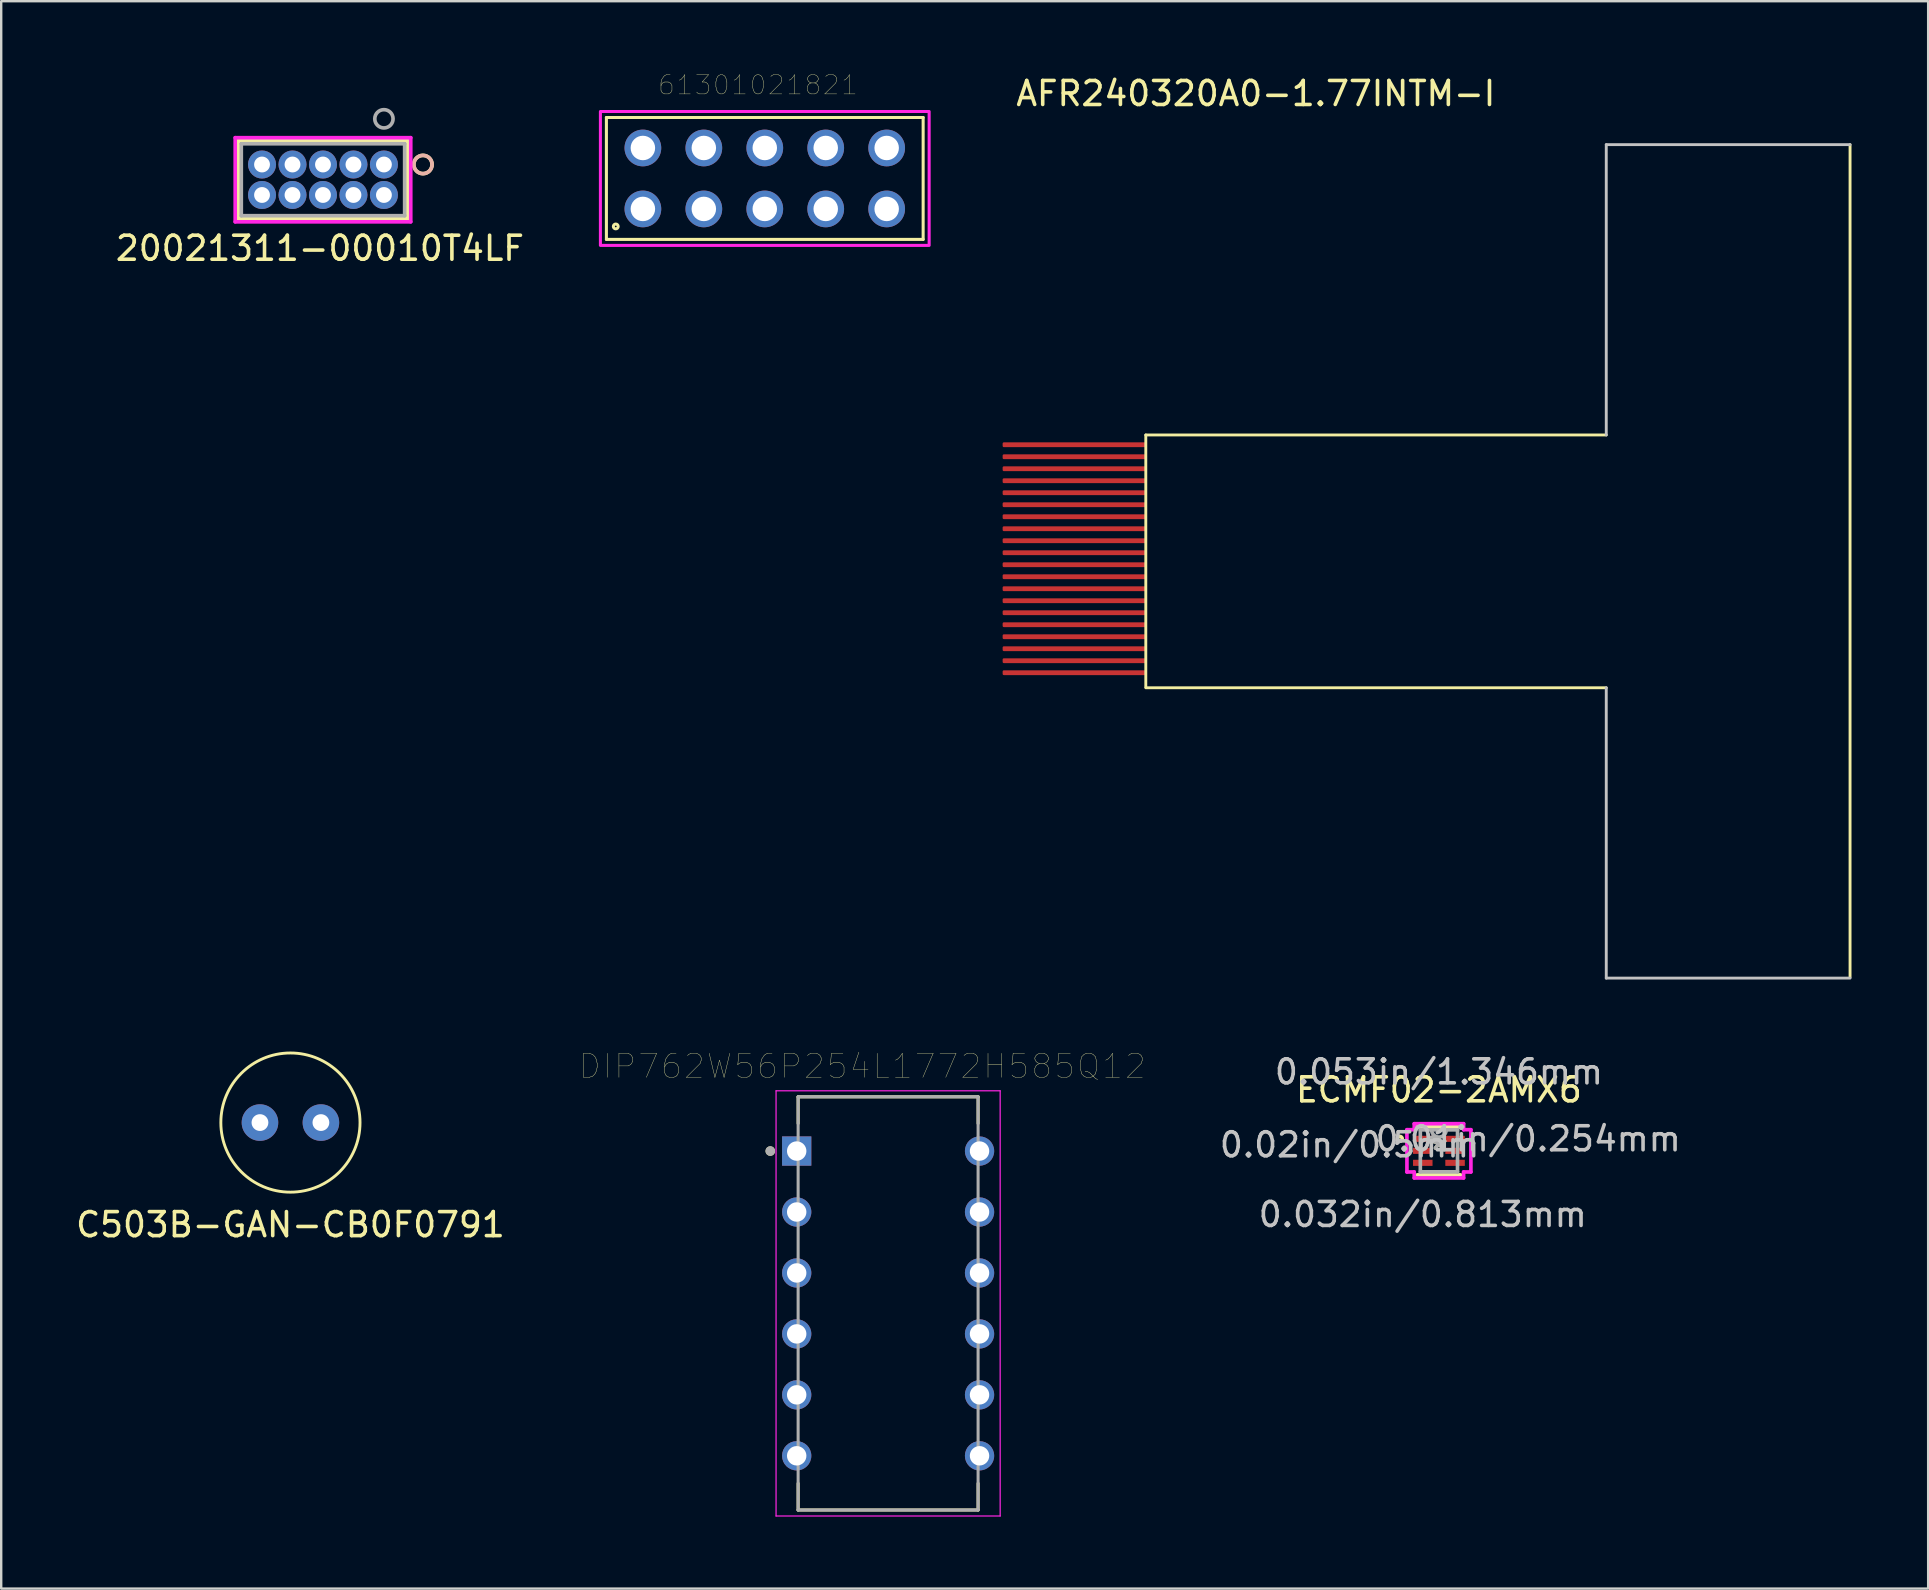
<source format=kicad_pcb>
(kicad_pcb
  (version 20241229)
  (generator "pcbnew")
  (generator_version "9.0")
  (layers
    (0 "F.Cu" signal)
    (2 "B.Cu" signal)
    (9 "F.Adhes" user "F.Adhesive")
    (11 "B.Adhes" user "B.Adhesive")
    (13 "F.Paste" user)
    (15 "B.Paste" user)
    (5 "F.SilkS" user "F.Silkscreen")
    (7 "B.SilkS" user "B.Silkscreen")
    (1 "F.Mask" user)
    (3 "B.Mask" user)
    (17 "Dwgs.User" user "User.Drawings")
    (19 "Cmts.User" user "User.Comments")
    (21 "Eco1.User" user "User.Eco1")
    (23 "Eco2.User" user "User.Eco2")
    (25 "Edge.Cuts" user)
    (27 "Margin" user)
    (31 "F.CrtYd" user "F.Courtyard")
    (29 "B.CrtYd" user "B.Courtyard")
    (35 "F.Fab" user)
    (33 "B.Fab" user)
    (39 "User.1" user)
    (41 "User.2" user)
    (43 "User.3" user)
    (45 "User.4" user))
  (footprint "20021311-00010T4LF"
    (layer "F.Cu")
    (at 0.25 0.25)
    (property "Reference" "20021311-00010T4LF" (at 10.033 7.048 0) (layer "F.SilkS") (effects (font (size 1 1) (thickness 0.15))))
    (attr through_hole)
    (fp_line (start 6.629 2.565) (end 6.629 5.817) (stroke (width 0.152) (type solid)) (layer "F.SilkS"))
    (fp_line (start 6.629 5.817) (end 13.691 5.817) (stroke (width 0.152) (type solid)) (layer "F.SilkS"))
    (fp_line (start 13.691 2.565) (end 6.629 2.565) (stroke (width 0.152) (type solid)) (layer "F.SilkS"))
    (fp_line (start 13.691 5.817) (end 13.691 2.565) (stroke (width 0.152) (type solid)) (layer "F.SilkS"))
    (fp_circle (center 14.326 3.556) (end 14.707 3.556) (stroke (width 0.152) (type solid)) (fill no) (layer "F.SilkS"))
    (fp_circle (center 14.326 3.556) (end 14.707 3.556) (stroke (width 0.152) (type solid)) (fill no) (layer "B.SilkS"))
    (fp_line (start 6.502 2.438) (end 6.502 5.944) (stroke (width 0.152) (type solid)) (layer "F.CrtYd"))
    (fp_line (start 6.502 5.944) (end 13.818 5.944) (stroke (width 0.152) (type solid)) (layer "F.CrtYd"))
    (fp_line (start 13.818 2.438) (end 6.502 2.438) (stroke (width 0.152) (type solid)) (layer "F.CrtYd"))
    (fp_line (start 13.818 5.944) (end 13.818 2.438) (stroke (width 0.152) (type solid)) (layer "F.CrtYd"))
    (fp_line (start 6.756 2.692) (end 6.756 5.69) (stroke (width 0.152) (type solid)) (layer "F.Fab"))
    (fp_line (start 6.756 5.69) (end 13.564 5.69) (stroke (width 0.152) (type solid)) (layer "F.Fab"))
    (fp_line (start 13.564 2.692) (end 6.756 2.692) (stroke (width 0.152) (type solid)) (layer "F.Fab"))
    (fp_line (start 13.564 5.69) (end 13.564 2.692) (stroke (width 0.152) (type solid)) (layer "F.Fab"))
    (fp_circle (center 12.7 1.651) (end 13.081 1.651) (stroke (width 0.152) (type solid)) (fill no) (layer "F.Fab"))
    (pad "1" thru_hole circle (at 12.7 3.556) (size 1.168 1.168) (drill 0.66) (layers "*.Cu" "*.Mask"))
    (pad "2" thru_hole circle (at 12.7 4.826) (size 1.168 1.168) (drill 0.66) (layers "*.Cu" "*.Mask"))
    (pad "3" thru_hole circle (at 11.43 3.556) (size 1.168 1.168) (drill 0.66) (layers "*.Cu" "*.Mask"))
    (pad "4" thru_hole circle (at 11.43 4.826) (size 1.168 1.168) (drill 0.66) (layers "*.Cu" "*.Mask"))
    (pad "5" thru_hole circle (at 10.16 3.556) (size 1.168 1.168) (drill 0.66) (layers "*.Cu" "*.Mask"))
    (pad "6" thru_hole circle (at 10.16 4.826) (size 1.168 1.168) (drill 0.66) (layers "*.Cu" "*.Mask"))
    (pad "7" thru_hole circle (at 8.89 3.556) (size 1.168 1.168) (drill 0.66) (layers "*.Cu" "*.Mask"))
    (pad "8" thru_hole circle (at 8.89 4.826) (size 1.168 1.168) (drill 0.66) (layers "*.Cu" "*.Mask"))
    (pad "9" thru_hole circle (at 7.62 3.556) (size 1.168 1.168) (drill 0.66) (layers "*.Cu" "*.Mask"))
    (pad "10" thru_hole circle (at 7.62 4.826) (size 1.168 1.168) (drill 0.66) (layers "*.Cu" "*.Mask")))
  (footprint "61301021821"
    (layer "F.Cu")
    (at 28.822 4.387)
    (property "Reference" "61301021821" (at -0.283 -3.893 0) (layer "F.SilkS") (effects (font (size 0.801 0.801) (thickness 0.015))))
    (attr through_hole)
    (fp_line (start -6.6 -2.54) (end -6.6 2.54) (stroke (width 0.127) (type solid)) (layer "F.SilkS"))
    (fp_line (start -6.6 2.54) (end 6.6 2.54) (stroke (width 0.127) (type solid)) (layer "F.SilkS"))
    (fp_line (start 6.6 -2.54) (end -6.6 -2.54) (stroke (width 0.127) (type solid)) (layer "F.SilkS"))
    (fp_line (start 6.6 2.54) (end 6.6 -2.54) (stroke (width 0.127) (type solid)) (layer "F.SilkS"))
    (fp_circle (center -6.21 2) (end -6.11 2) (stroke (width 0.127) (type solid)) (fill no) (layer "F.SilkS"))
    (fp_poly (pts (xy -6.85 -2.79) (xy 6.85 -2.79) (xy 6.85 2.79) (xy -6.85 2.79)) (stroke (width 0.127) (type solid)) (fill no) (layer "F.CrtYd"))
    (pad "1" thru_hole circle (at -5.08 1.27) (size 1.53 1.53) (drill 1.02) (layers "*.Cu" "*.Mask"))
    (pad "2" thru_hole circle (at -5.08 -1.27) (size 1.53 1.53) (drill 1.02) (layers "*.Cu" "*.Mask"))
    (pad "3" thru_hole circle (at -2.54 1.27) (size 1.53 1.53) (drill 1.02) (layers "*.Cu" "*.Mask"))
    (pad "4" thru_hole circle (at -2.54 -1.27) (size 1.53 1.53) (drill 1.02) (layers "*.Cu" "*.Mask"))
    (pad "5" thru_hole circle (at 0 1.27) (size 1.53 1.53) (drill 1.02) (layers "*.Cu" "*.Mask"))
    (pad "6" thru_hole circle (at 0 -1.27) (size 1.53 1.53) (drill 1.02) (layers "*.Cu" "*.Mask"))
    (pad "7" thru_hole circle (at 2.54 1.27) (size 1.53 1.53) (drill 1.02) (layers "*.Cu" "*.Mask"))
    (pad "8" thru_hole circle (at 2.54 -1.27) (size 1.53 1.53) (drill 1.02) (layers "*.Cu" "*.Mask"))
    (pad "9" thru_hole circle (at 5.08 1.27) (size 1.53 1.53) (drill 1.02) (layers "*.Cu" "*.Mask"))
    (pad "10" thru_hole circle (at 5.08 -1.27) (size 1.53 1.53) (drill 1.02) (layers "*.Cu" "*.Mask")))
  (footprint "ECMF02-2AMX6"
    (layer "F.Cu")
    (at 56.917 44.911)
    (property "Reference" "ECMF02-2AMX6" (at 0 -2.54 0) (layer "F.SilkS") (effects (font (size 1 1) (thickness 0.15))))
    (attr through_hole)
    (fp_line (start -0.902 1.003) (end 0.902 1.003) (stroke (width 0.152) (type solid)) (layer "F.SilkS"))
    (fp_line (start 0.902 -1.003) (end -0.902 -1.003) (stroke (width 0.152) (type solid)) (layer "F.SilkS"))
    (fp_circle (center -1.63 -0.5) (end -1.529 -0.5) (stroke (width 0.152) (type solid)) (fill no) (layer "F.SilkS"))
    (fp_line (start -1.333 -0.881) (end -1.029 -0.881) (stroke (width 0.152) (type solid)) (layer "F.CrtYd"))
    (fp_line (start -1.333 0.881) (end -1.333 -0.881) (stroke (width 0.152) (type solid)) (layer "F.CrtYd"))
    (fp_line (start -1.029 -1.13) (end 1.029 -1.13) (stroke (width 0.152) (type solid)) (layer "F.CrtYd"))
    (fp_line (start -1.029 -0.881) (end -1.029 -1.13) (stroke (width 0.152) (type solid)) (layer "F.CrtYd"))
    (fp_line (start -1.029 0.881) (end -1.333 0.881) (stroke (width 0.152) (type solid)) (layer "F.CrtYd"))
    (fp_line (start -1.029 1.13) (end -1.029 0.881) (stroke (width 0.152) (type solid)) (layer "F.CrtYd"))
    (fp_line (start 1.029 -1.13) (end 1.029 -0.881) (stroke (width 0.152) (type solid)) (layer "F.CrtYd"))
    (fp_line (start 1.029 -0.881) (end 1.333 -0.881) (stroke (width 0.152) (type solid)) (layer "F.CrtYd"))
    (fp_line (start 1.029 0.881) (end 1.029 1.13) (stroke (width 0.152) (type solid)) (layer "F.CrtYd"))
    (fp_line (start 1.029 1.13) (end -1.029 1.13) (stroke (width 0.152) (type solid)) (layer "F.CrtYd"))
    (fp_line (start 1.333 -0.881) (end 1.333 0.881) (stroke (width 0.152) (type solid)) (layer "F.CrtYd"))
    (fp_line (start 1.333 0.881) (end 1.029 0.881) (stroke (width 0.152) (type solid)) (layer "F.CrtYd"))
    (fp_line (start -0.775 -0.876) (end -0.775 0.876) (stroke (width 0.152) (type solid)) (layer "F.Fab"))
    (fp_line (start -0.775 0.876) (end 0.775 0.876) (stroke (width 0.152) (type solid)) (layer "F.Fab"))
    (fp_line (start 0.775 -0.876) (end -0.775 -0.876) (stroke (width 0.152) (type solid)) (layer "F.Fab"))
    (fp_line (start 0.775 0.876) (end 0.775 -0.876) (stroke (width 0.152) (type solid)) (layer "F.Fab"))
    (fp_arc (start 0.3048 -0.8763) (mid 0 -0.5715) (end -0.3048 -0.8763) (stroke (width 0.1524) (type solid)) (layer "F.Fab"))
    (fp_circle (center -0.267 -0.5) (end -0.191 -0.5) (stroke (width 0.152) (type solid)) (fill no) (layer "F.Fab"))
    (fp_text user "*" (at 0 0 0) (layer "F.SilkS") (effects (font (size 1 1) (thickness 0.15))))
    (fp_text user "0.01in/0.254mm" (at 3.721 -0.5 0) (layer "Dwgs.User") (effects (font (size 1 1) (thickness 0.15))))
    (fp_text user "0.02in/0.5mm" (at -3.721 -0.25 0) (layer "Dwgs.User") (effects (font (size 1 1) (thickness 0.15))))
    (fp_text user "0.053in/1.346mm" (at 0 -3.289 0) (layer "Dwgs.User") (effects (font (size 1 1) (thickness 0.15))))
    (fp_text user "0.032in/0.813mm" (at -0.673 2.654 0) (layer "Dwgs.User") (effects (font (size 1 1) (thickness 0.15))))
    (fp_text user "Copyright 2016 Accelerated Designs. All rights reserved." (at 0 0 0) (layer "Cmts.User") (effects (font (size 0.127 0.127) (thickness 0.002))))
    (fp_text user "*" (at 0 0 0) (layer "F.Fab") (effects (font (size 1 1) (thickness 0.15))))
    (pad "1" smd rect (at -0.673 -0.5) (size 0.813 0.254) (layers "F.Cu" "F.Mask" "F.Paste"))
    (pad "2" smd rect (at -0.673 0) (size 0.813 0.254) (layers "F.Cu" "F.Mask" "F.Paste"))
    (pad "3" smd rect (at -0.673 0.5) (size 0.813 0.254) (layers "F.Cu" "F.Mask" "F.Paste"))
    (pad "4" smd rect (at 0.673 0.5) (size 0.813 0.254) (layers "F.Cu" "F.Mask" "F.Paste"))
    (pad "5" smd rect (at 0.673 0) (size 0.813 0.254) (layers "F.Cu" "F.Mask" "F.Paste"))
    (pad "6" smd rect (at 0.673 -0.5) (size 0.813 0.254) (layers "F.Cu" "F.Mask" "F.Paste")))
  (footprint "AFR240320A0-1.77INTM-I"
    (layer "F.Cu")
    (at 74.056 2.977)
    (property "Reference" "AFR240320A0-1.77INTM-I" (at -24.77 -2.129 180) (layer "F.SilkS") (effects (font (size 1 1) (thickness 0.15))))
    (attr through_hole)
    (fp_line (start -29.355 22.601) (end -29.355 12.101) (stroke (width 0.12) (type solid)) (layer "F.SilkS"))
    (fp_line (start -10.165 12.101) (end -29.355 12.101) (stroke (width 0.12) (type solid)) (layer "F.SilkS"))
    (fp_line (start -10.165 22.636) (end -29.355 22.636) (stroke (width 0.12) (type solid)) (layer "F.SilkS"))
    (fp_line (start -0.005 34.701) (end -0.005 0.001) (stroke (width 0.12) (type solid)) (layer "F.SilkS"))
    (fp_line (start -10.165 0.001) (end -10.165 12.101) (stroke (width 0.12) (type solid)) (layer "Dwgs.User"))
    (fp_line (start -10.165 22.636) (end -10.165 34.736) (stroke (width 0.12) (type solid)) (layer "Dwgs.User"))
    (fp_line (start -0.005 0.001) (end -10.165 0.001) (stroke (width 0.12) (type solid)) (layer "Dwgs.User"))
    (fp_line (start -0.005 34.736) (end -10.165 34.736) (stroke (width 0.12) (type solid)) (layer "Dwgs.User"))
    (pad "1" smd roundrect (at -32.321 12.508) (size 6 0.2) (layers "F.Cu" "F.Mask" "F.Paste") (roundrect_rratio 0.25))
    (pad "2" smd roundrect (at -32.321 13.008) (size 6 0.2) (layers "F.Cu" "F.Mask" "F.Paste") (roundrect_rratio 0.25))
    (pad "3" smd roundrect (at -32.321 13.508) (size 6 0.2) (layers "F.Cu" "F.Mask" "F.Paste") (roundrect_rratio 0.25))
    (pad "4" smd roundrect (at -32.321 14.008) (size 6 0.2) (layers "F.Cu" "F.Mask" "F.Paste") (roundrect_rratio 0.25))
    (pad "5" smd roundrect (at -32.321 14.508) (size 6 0.2) (layers "F.Cu" "F.Mask" "F.Paste") (roundrect_rratio 0.25))
    (pad "6" smd roundrect (at -32.321 15.008) (size 6 0.2) (layers "F.Cu" "F.Mask" "F.Paste") (roundrect_rratio 0.25))
    (pad "7" smd roundrect (at -32.321 15.508) (size 6 0.2) (layers "F.Cu" "F.Mask" "F.Paste") (roundrect_rratio 0.25))
    (pad "8" smd roundrect (at -32.321 16.008) (size 6 0.2) (layers "F.Cu" "F.Mask" "F.Paste") (roundrect_rratio 0.25))
    (pad "9" smd roundrect (at -32.321 16.508) (size 6 0.2) (layers "F.Cu" "F.Mask" "F.Paste") (roundrect_rratio 0.25))
    (pad "10" smd roundrect (at -32.321 17.008) (size 6 0.2) (layers "F.Cu" "F.Mask" "F.Paste") (roundrect_rratio 0.25))
    (pad "11" smd roundrect (at -32.321 17.508) (size 6 0.2) (layers "F.Cu" "F.Mask" "F.Paste") (roundrect_rratio 0.25))
    (pad "12" smd roundrect (at -32.321 18.008) (size 6 0.2) (layers "F.Cu" "F.Mask" "F.Paste") (roundrect_rratio 0.25))
    (pad "13" smd roundrect (at -32.321 18.508) (size 6 0.2) (layers "F.Cu" "F.Mask" "F.Paste") (roundrect_rratio 0.25))
    (pad "14" smd roundrect (at -32.321 19.008) (size 6 0.2) (layers "F.Cu" "F.Mask" "F.Paste") (roundrect_rratio 0.25))
    (pad "15" smd roundrect (at -32.321 19.508) (size 6 0.2) (layers "F.Cu" "F.Mask" "F.Paste") (roundrect_rratio 0.25))
    (pad "16" smd roundrect (at -32.321 20.008) (size 6 0.2) (layers "F.Cu" "F.Mask" "F.Paste") (roundrect_rratio 0.25))
    (pad "17" smd roundrect (at -32.321 20.508) (size 6 0.2) (layers "F.Cu" "F.Mask" "F.Paste") (roundrect_rratio 0.25))
    (pad "18" smd roundrect (at -32.321 21.008) (size 6 0.2) (layers "F.Cu" "F.Mask" "F.Paste") (roundrect_rratio 0.25))
    (pad "19" smd roundrect (at -32.321 21.508) (size 6 0.2) (layers "F.Cu" "F.Mask" "F.Paste") (roundrect_rratio 0.25))
    (pad "20" smd roundrect (at -32.321 22.008) (size 6 0.2) (layers "F.Cu" "F.Mask" "F.Paste") (roundrect_rratio 0.25)))
  (footprint "C503B-GAN-CB0F0791"
    (layer "F.Cu")
    (at 9.054 43.733)
    (property "Reference" "C503B-GAN-CB0F0791" (at 0 4.255 0) (layer "F.SilkS") (effects (font (size 1 1) (thickness 0.15))))
    (attr through_hole)
    (fp_circle (center 0 0) (end 2.9 0) (stroke (width 0.12) (type solid)) (fill no) (layer "F.SilkS"))
    (pad "1" thru_hole circle (at -1.27 0) (size 1.524 1.524) (drill 0.7) (layers "*.Cu" "*.Mask"))
    (pad "2" thru_hole circle (at 1.27 0) (size 1.524 1.524) (drill 0.7) (layers "*.Cu" "*.Mask")))
  (footprint "DIP762W56P254L1772H585Q12"
    (layer "F.Cu")
    (at 33.962 51.27)
    (property "Reference" "DIP762W56P254L1772H585Q12" (at -1.075 -9.885 0) (layer "F.SilkS") (effects (font (size 1 1) (thickness 0.015))))
    (attr through_hole)
    (fp_line (start -3.75 -8.61) (end -3.75 -7.5) (stroke (width 0.127) (type solid)) (layer "F.SilkS"))
    (fp_line (start -3.75 -8.61) (end 3.75 -8.61) (stroke (width 0.127) (type solid)) (layer "F.SilkS"))
    (fp_line (start -3.75 8.61) (end -3.75 7.5) (stroke (width 0.127) (type solid)) (layer "F.SilkS"))
    (fp_line (start -3.75 8.61) (end 3.75 8.61) (stroke (width 0.127) (type solid)) (layer "F.SilkS"))
    (fp_line (start 3.75 -8.61) (end 3.75 -7.5) (stroke (width 0.127) (type solid)) (layer "F.SilkS"))
    (fp_line (start 3.75 8.61) (end 3.75 7.5) (stroke (width 0.127) (type solid)) (layer "F.SilkS"))
    (fp_circle (center -4.91 -6.35) (end -4.81 -6.35) (stroke (width 0.2) (type solid)) (fill no) (layer "F.SilkS"))
    (fp_line (start -4.67 -8.86) (end -4.67 8.86) (stroke (width 0.05) (type solid)) (layer "F.CrtYd"))
    (fp_line (start 4.67 -8.86) (end -4.67 -8.86) (stroke (width 0.05) (type solid)) (layer "F.CrtYd"))
    (fp_line (start 4.67 -8.86) (end 4.67 8.86) (stroke (width 0.05) (type solid)) (layer "F.CrtYd"))
    (fp_line (start 4.67 8.86) (end -4.67 8.86) (stroke (width 0.05) (type solid)) (layer "F.CrtYd"))
    (fp_line (start -3.75 -8.61) (end -3.75 8.61) (stroke (width 0.127) (type solid)) (layer "F.Fab"))
    (fp_line (start -3.75 -8.61) (end 3.75 -8.61) (stroke (width 0.127) (type solid)) (layer "F.Fab"))
    (fp_line (start -3.75 8.61) (end 3.75 8.61) (stroke (width 0.127) (type solid)) (layer "F.Fab"))
    (fp_line (start 3.75 -8.61) (end 3.75 8.61) (stroke (width 0.127) (type solid)) (layer "F.Fab"))
    (fp_circle (center -4.91 -6.35) (end -4.81 -6.35) (stroke (width 0.2) (type solid)) (fill no) (layer "F.Fab"))
    (pad "1" thru_hole rect (at -3.81 -6.35) (size 1.22 1.22) (drill 0.81) (layers "*.Cu" "*.Mask"))
    (pad "2" thru_hole circle (at -3.81 -3.81) (size 1.22 1.22) (drill 0.81) (layers "*.Cu" "*.Mask"))
    (pad "3" thru_hole circle (at -3.81 -1.27) (size 1.22 1.22) (drill 0.81) (layers "*.Cu" "*.Mask"))
    (pad "4" thru_hole circle (at -3.81 1.27) (size 1.22 1.22) (drill 0.81) (layers "*.Cu" "*.Mask"))
    (pad "5" thru_hole circle (at -3.81 3.81) (size 1.22 1.22) (drill 0.81) (layers "*.Cu" "*.Mask"))
    (pad "6" thru_hole circle (at -3.81 6.35) (size 1.22 1.22) (drill 0.81) (layers "*.Cu" "*.Mask"))
    (pad "7" thru_hole circle (at 3.81 6.35) (size 1.22 1.22) (drill 0.81) (layers "*.Cu" "*.Mask"))
    (pad "8" thru_hole circle (at 3.81 3.81) (size 1.22 1.22) (drill 0.81) (layers "*.Cu" "*.Mask"))
    (pad "9" thru_hole circle (at 3.81 1.27) (size 1.22 1.22) (drill 0.81) (layers "*.Cu" "*.Mask"))
    (pad "10" thru_hole circle (at 3.81 -1.27) (size 1.22 1.22) (drill 0.81) (layers "*.Cu" "*.Mask"))
    (pad "11" thru_hole circle (at 3.81 -3.81) (size 1.22 1.22) (drill 0.81) (layers "*.Cu" "*.Mask"))
    (pad "12" thru_hole circle (at 3.81 -6.35) (size 1.22 1.22) (drill 0.81) (layers "*.Cu" "*.Mask")))
  (gr_rect
    (start -3 -3)
    (end 77.306 63.155)
    (stroke (width 0.1) (type default))
    (fill no)
    (layer "Edge.Cuts")))
</source>
